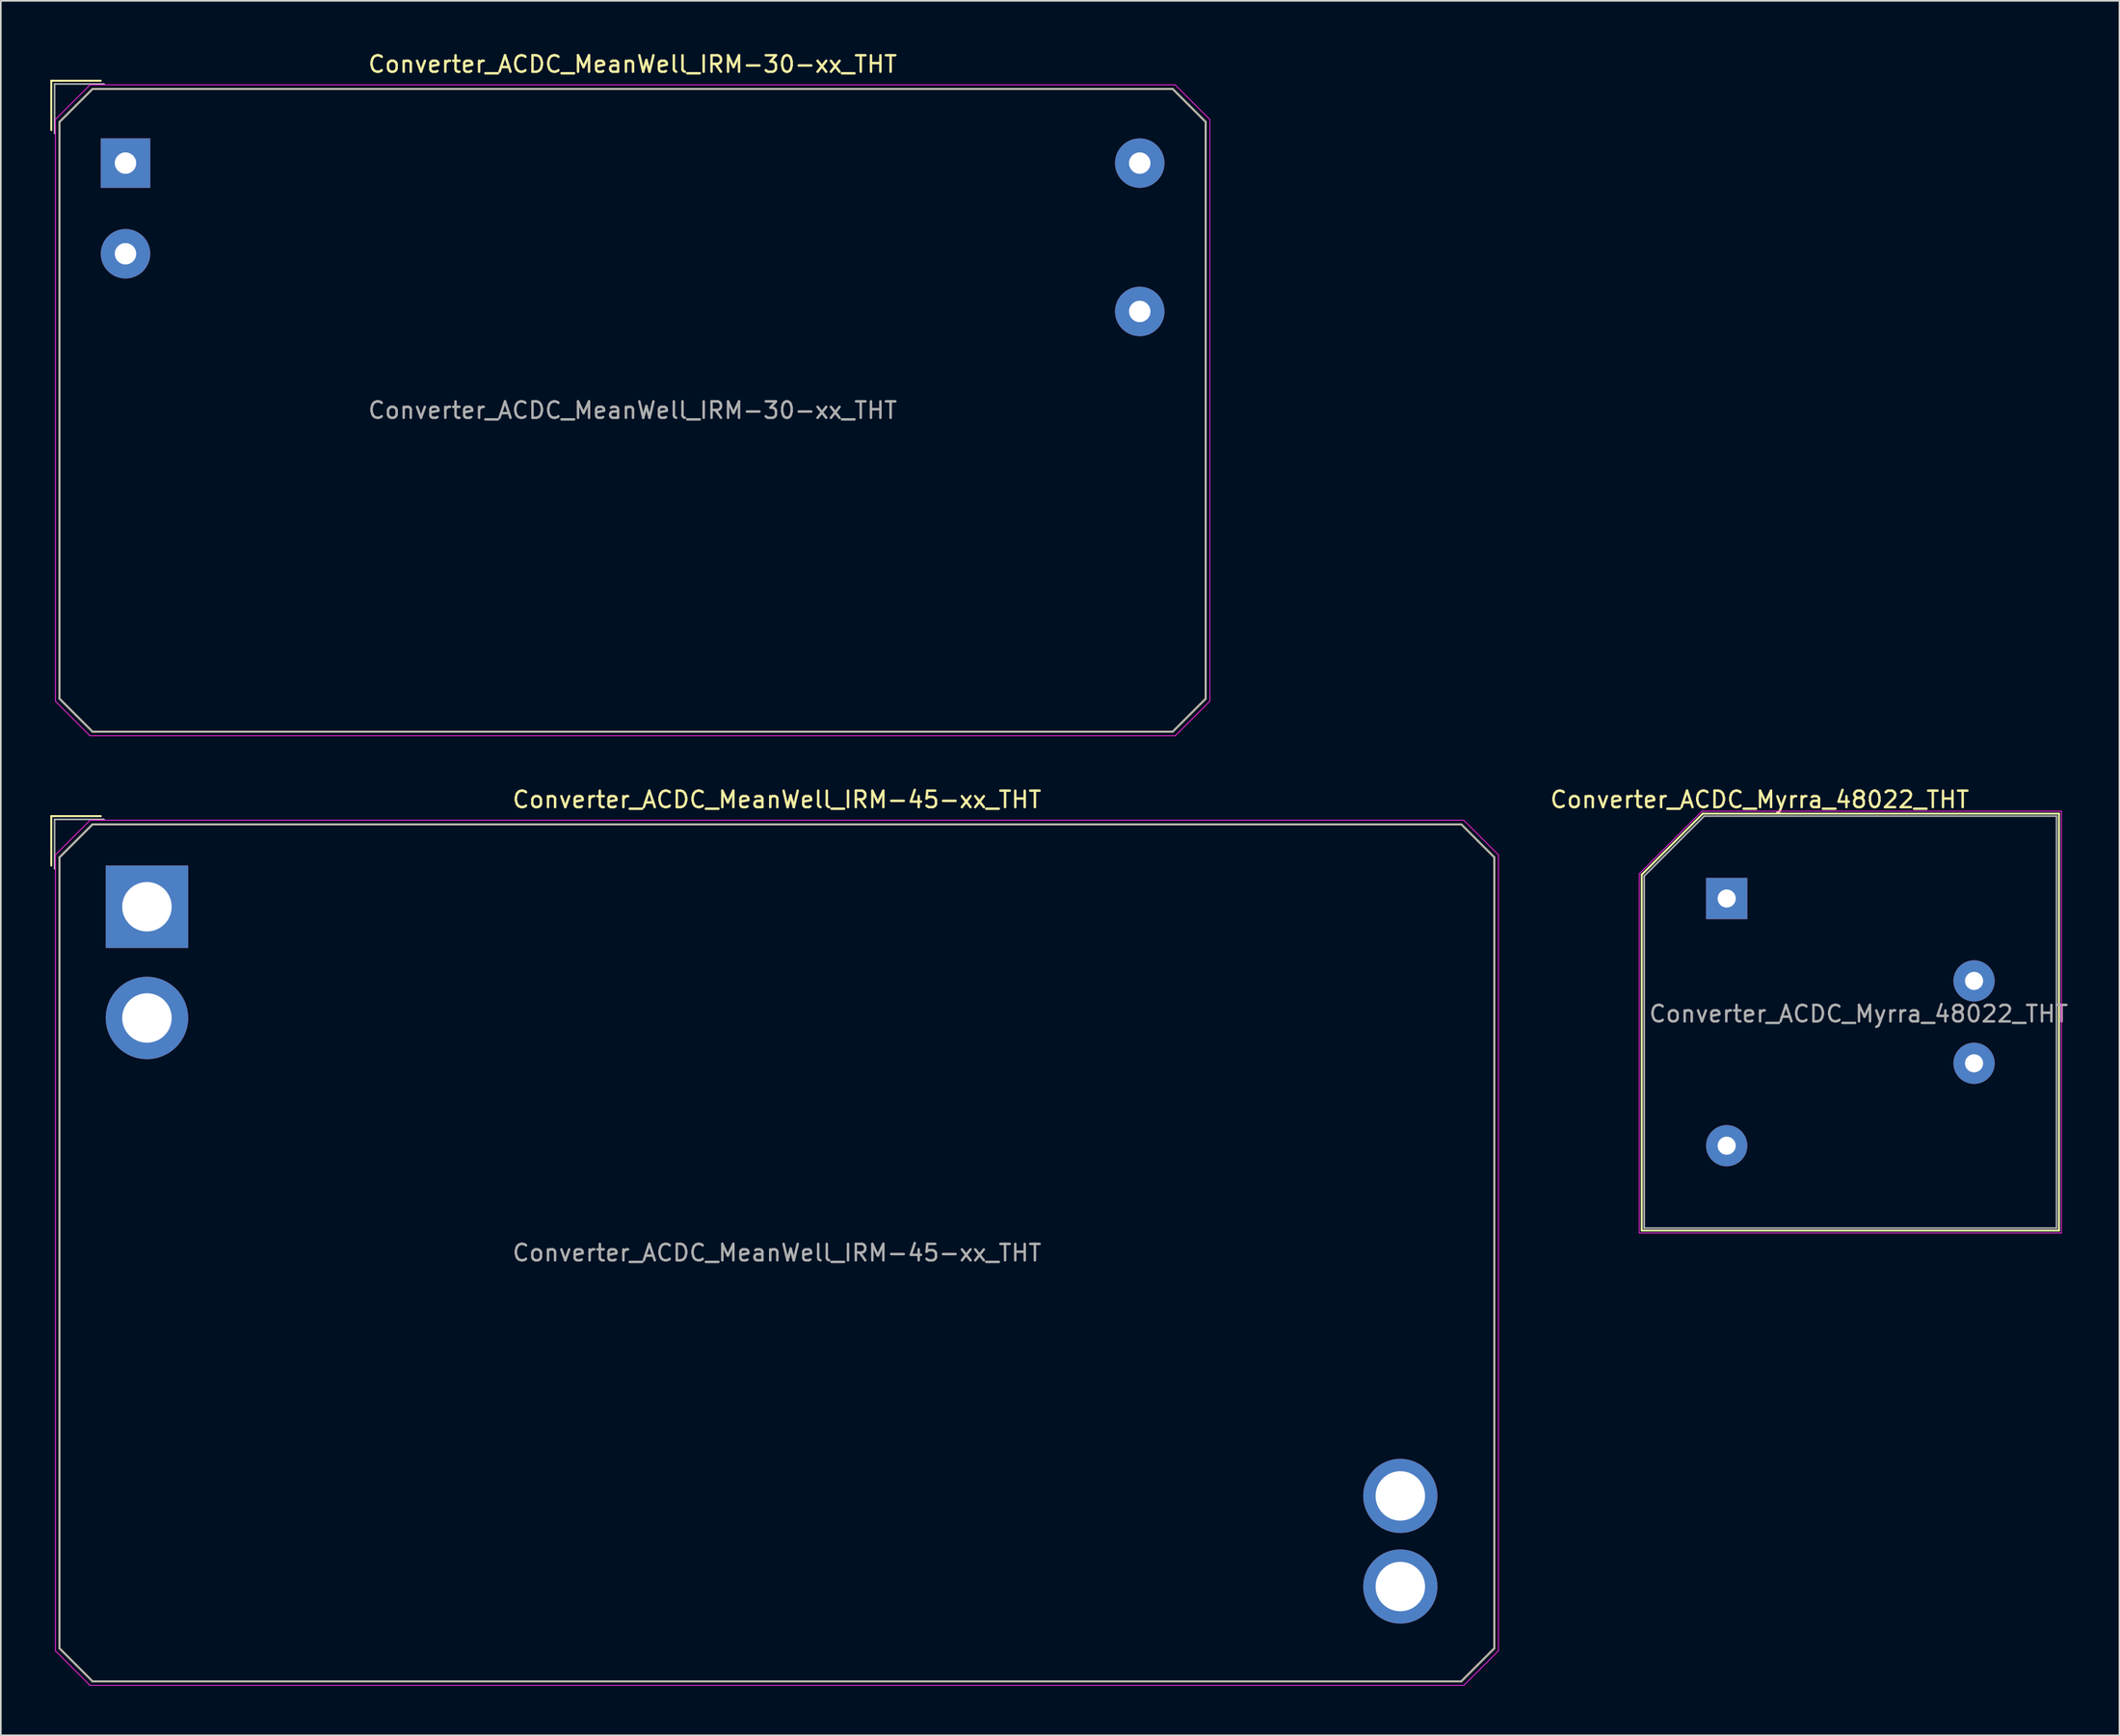
<source format=kicad_pcb>
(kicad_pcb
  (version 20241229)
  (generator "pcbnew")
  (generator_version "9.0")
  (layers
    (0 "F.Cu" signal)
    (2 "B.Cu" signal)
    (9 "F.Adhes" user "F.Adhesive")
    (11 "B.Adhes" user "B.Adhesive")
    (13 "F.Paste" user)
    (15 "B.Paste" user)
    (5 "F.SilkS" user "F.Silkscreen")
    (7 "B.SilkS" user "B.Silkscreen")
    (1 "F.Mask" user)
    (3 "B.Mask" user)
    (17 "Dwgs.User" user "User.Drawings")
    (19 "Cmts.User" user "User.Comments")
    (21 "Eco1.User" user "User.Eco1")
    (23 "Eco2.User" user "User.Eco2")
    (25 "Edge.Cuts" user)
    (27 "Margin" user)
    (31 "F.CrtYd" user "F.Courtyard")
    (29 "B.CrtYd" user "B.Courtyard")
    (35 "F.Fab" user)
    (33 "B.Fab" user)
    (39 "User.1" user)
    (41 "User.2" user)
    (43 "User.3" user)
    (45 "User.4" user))
  (footprint "Converter_ACDC_MeanWell_IRM-45-xx_THT"
    (layer "F.Cu")
    (at 5.86 51.971)
    (property "Reference" "Converter_ACDC_MeanWell_IRM-45-xx_THT" (at 38.2 -6.5 0) (layer "F.SilkS") (effects (font (size 1 1) (thickness 0.15))))
    (attr through_hole)
    (fp_line (start -5.8 -5.5) (end -5.8 -2.5) (stroke (width 0.12) (type solid)) (layer "F.SilkS"))
    (fp_line (start -5.8 -5.5) (end -2.8 -5.5) (stroke (width 0.12) (type solid)) (layer "F.SilkS"))
    (fp_line (start -5.3 -3) (end -4.3 -4) (stroke (width 0.12) (type solid)) (layer "F.SilkS"))
    (fp_line (start -5.3 45) (end -5.3 -3) (stroke (width 0.12) (type solid)) (layer "F.SilkS"))
    (fp_line (start -4.3 -4) (end -3.3 -5) (stroke (width 0.12) (type solid)) (layer "F.SilkS"))
    (fp_line (start -4.3 46) (end -5.3 45) (stroke (width 0.12) (type solid)) (layer "F.SilkS"))
    (fp_line (start -3.3 -5) (end 79.7 -5) (stroke (width 0.12) (type solid)) (layer "F.SilkS"))
    (fp_line (start -3.3 47) (end -4.3 46) (stroke (width 0.12) (type solid)) (layer "F.SilkS"))
    (fp_line (start 79.7 -5) (end 80.7 -4) (stroke (width 0.12) (type solid)) (layer "F.SilkS"))
    (fp_line (start 79.7 47) (end -3.3 47) (stroke (width 0.12) (type solid)) (layer "F.SilkS"))
    (fp_line (start 80.7 -4) (end 81.7 -3) (stroke (width 0.12) (type solid)) (layer "F.SilkS"))
    (fp_line (start 80.7 46) (end 79.7 47) (stroke (width 0.12) (type solid)) (layer "F.SilkS"))
    (fp_line (start 81.7 -3) (end 81.7 45) (stroke (width 0.12) (type solid)) (layer "F.SilkS"))
    (fp_line (start 81.7 45) (end 80.7 46) (stroke (width 0.12) (type solid)) (layer "F.SilkS"))
    (fp_line (start -5.55 -3.15) (end -4.5 -4.2) (stroke (width 0.05) (type solid)) (layer "F.CrtYd"))
    (fp_line (start -5.55 45.15) (end -5.55 -3.15) (stroke (width 0.05) (type solid)) (layer "F.CrtYd"))
    (fp_line (start -4.5 -4.2) (end -3.45 -5.25) (stroke (width 0.05) (type solid)) (layer "F.CrtYd"))
    (fp_line (start -4.5 46.2) (end -5.55 45.15) (stroke (width 0.05) (type solid)) (layer "F.CrtYd"))
    (fp_line (start -3.45 -5.25) (end 79.85 -5.25) (stroke (width 0.05) (type solid)) (layer "F.CrtYd"))
    (fp_line (start -3.45 47.25) (end -4.5 46.2) (stroke (width 0.05) (type solid)) (layer "F.CrtYd"))
    (fp_line (start 79.85 -5.25) (end 80.9 -4.2) (stroke (width 0.05) (type solid)) (layer "F.CrtYd"))
    (fp_line (start 79.85 47.25) (end -3.45 47.25) (stroke (width 0.05) (type solid)) (layer "F.CrtYd"))
    (fp_line (start 80.9 -4.2) (end 81.95 -3.15) (stroke (width 0.05) (type solid)) (layer "F.CrtYd"))
    (fp_line (start 80.9 46.2) (end 79.85 47.25) (stroke (width 0.05) (type solid)) (layer "F.CrtYd"))
    (fp_line (start 81.95 -3.15) (end 81.95 45.15) (stroke (width 0.05) (type solid)) (layer "F.CrtYd"))
    (fp_line (start 81.95 45.15) (end 80.9 46.2) (stroke (width 0.05) (type solid)) (layer "F.CrtYd"))
    (fp_line (start -5.6 -5.3) (end -5.6 -2.3) (stroke (width 0.1) (type solid)) (layer "F.Fab"))
    (fp_line (start -5.6 -5.3) (end -2.6 -5.3) (stroke (width 0.1) (type solid)) (layer "F.Fab"))
    (fp_line (start -5.3 -3) (end -4.3 -4) (stroke (width 0.1) (type solid)) (layer "F.Fab"))
    (fp_line (start -5.3 45) (end -5.3 -3) (stroke (width 0.1) (type solid)) (layer "F.Fab"))
    (fp_line (start -4.3 -4) (end -3.3 -5) (stroke (width 0.1) (type solid)) (layer "F.Fab"))
    (fp_line (start -4.3 46) (end -5.3 45) (stroke (width 0.1) (type solid)) (layer "F.Fab"))
    (fp_line (start -3.3 -5) (end 79.7 -5) (stroke (width 0.1) (type solid)) (layer "F.Fab"))
    (fp_line (start -3.3 47) (end -4.3 46) (stroke (width 0.1) (type solid)) (layer "F.Fab"))
    (fp_line (start 79.7 -5) (end 80.7 -4) (stroke (width 0.1) (type solid)) (layer "F.Fab"))
    (fp_line (start 79.7 47) (end -3.3 47) (stroke (width 0.1) (type solid)) (layer "F.Fab"))
    (fp_line (start 80.7 -4) (end 81.7 -3) (stroke (width 0.1) (type solid)) (layer "F.Fab"))
    (fp_line (start 80.7 46) (end 79.7 47) (stroke (width 0.1) (type solid)) (layer "F.Fab"))
    (fp_line (start 81.7 -3) (end 81.7 45) (stroke (width 0.1) (type solid)) (layer "F.Fab"))
    (fp_line (start 81.7 45) (end 80.7 46) (stroke (width 0.1) (type solid)) (layer "F.Fab"))
    (fp_text user "${REFERENCE}" (at 38.2 21 0) (layer "F.Fab") (effects (font (size 1 1) (thickness 0.15))))
    (pad "1" thru_hole rect (at 0 0) (size 5 5) (drill 3) (layers "*.Cu" "*.Mask"))
    (pad "2" thru_hole circle (at 0 6.75) (size 5 5) (drill 3) (layers "*.Cu" "*.Mask"))
    (pad "3" thru_hole circle (at 76 41.25) (size 4.5 4.5) (drill 3) (layers "*.Cu" "*.Mask"))
    (pad "4" thru_hole circle (at 76 35.75) (size 4.5 4.5) (drill 3) (layers "*.Cu" "*.Mask")))
  (footprint "Converter_ACDC_MeanWell_IRM-30-xx_THT"
    (layer "F.Cu")
    (at 4.56 6.848)
    (property "Reference" "Converter_ACDC_MeanWell_IRM-30-xx_THT" (at 30.75 -6 0) (layer "F.SilkS") (effects (font (size 1 1) (thickness 0.15))))
    (attr through_hole)
    (fp_line (start -4.5 -5) (end -4.5 -2) (stroke (width 0.12) (type solid)) (layer "F.SilkS"))
    (fp_line (start -4.5 -5) (end -1.5 -5) (stroke (width 0.12) (type solid)) (layer "F.SilkS"))
    (fp_line (start -4 -2.5) (end -3 -3.5) (stroke (width 0.12) (type solid)) (layer "F.SilkS"))
    (fp_line (start -4 32.5) (end -4 -2.5) (stroke (width 0.12) (type solid)) (layer "F.SilkS"))
    (fp_line (start -3 -3.5) (end -2 -4.5) (stroke (width 0.12) (type solid)) (layer "F.SilkS"))
    (fp_line (start -3 33.5) (end -4 32.5) (stroke (width 0.12) (type solid)) (layer "F.SilkS"))
    (fp_line (start -2 -4.5) (end 63.5 -4.5) (stroke (width 0.12) (type solid)) (layer "F.SilkS"))
    (fp_line (start -2 34.5) (end -3 33.5) (stroke (width 0.12) (type solid)) (layer "F.SilkS"))
    (fp_line (start 63.5 -4.5) (end 64.5 -3.5) (stroke (width 0.12) (type solid)) (layer "F.SilkS"))
    (fp_line (start 63.5 34.5) (end -2 34.5) (stroke (width 0.12) (type solid)) (layer "F.SilkS"))
    (fp_line (start 64.5 -3.5) (end 65.5 -2.5) (stroke (width 0.12) (type solid)) (layer "F.SilkS"))
    (fp_line (start 64.5 33.5) (end 63.5 34.5) (stroke (width 0.12) (type solid)) (layer "F.SilkS"))
    (fp_line (start 65.5 -2.5) (end 65.5 32.5) (stroke (width 0.12) (type solid)) (layer "F.SilkS"))
    (fp_line (start 65.5 32.5) (end 64.5 33.5) (stroke (width 0.12) (type solid)) (layer "F.SilkS"))
    (fp_line (start -4.25 -2.65) (end -3.2 -3.7) (stroke (width 0.05) (type solid)) (layer "F.CrtYd"))
    (fp_line (start -4.25 32.65) (end -4.25 -2.65) (stroke (width 0.05) (type solid)) (layer "F.CrtYd"))
    (fp_line (start -3.2 -3.7) (end -2.15 -4.75) (stroke (width 0.05) (type solid)) (layer "F.CrtYd"))
    (fp_line (start -3.2 33.7) (end -4.25 32.65) (stroke (width 0.05) (type solid)) (layer "F.CrtYd"))
    (fp_line (start -2.15 -4.75) (end 63.65 -4.75) (stroke (width 0.05) (type solid)) (layer "F.CrtYd"))
    (fp_line (start -2.15 34.75) (end -3.2 33.7) (stroke (width 0.05) (type solid)) (layer "F.CrtYd"))
    (fp_line (start 63.65 -4.75) (end 64.7 -3.7) (stroke (width 0.05) (type solid)) (layer "F.CrtYd"))
    (fp_line (start 63.65 34.75) (end -2.15 34.75) (stroke (width 0.05) (type solid)) (layer "F.CrtYd"))
    (fp_line (start 64.7 -3.7) (end 65.75 -2.65) (stroke (width 0.05) (type solid)) (layer "F.CrtYd"))
    (fp_line (start 64.7 33.7) (end 63.65 34.75) (stroke (width 0.05) (type solid)) (layer "F.CrtYd"))
    (fp_line (start 65.75 -2.65) (end 65.75 32.65) (stroke (width 0.05) (type solid)) (layer "F.CrtYd"))
    (fp_line (start 65.75 32.65) (end 64.7 33.7) (stroke (width 0.05) (type solid)) (layer "F.CrtYd"))
    (fp_line (start -4.3 -4.8) (end -4.3 -1.8) (stroke (width 0.1) (type solid)) (layer "F.Fab"))
    (fp_line (start -4.3 -4.8) (end -1.3 -4.8) (stroke (width 0.1) (type solid)) (layer "F.Fab"))
    (fp_line (start -4 -2.5) (end -3 -3.5) (stroke (width 0.1) (type solid)) (layer "F.Fab"))
    (fp_line (start -4 32.5) (end -4 -2.5) (stroke (width 0.1) (type solid)) (layer "F.Fab"))
    (fp_line (start -3 -3.5) (end -2 -4.5) (stroke (width 0.1) (type solid)) (layer "F.Fab"))
    (fp_line (start -3 33.5) (end -4 32.5) (stroke (width 0.1) (type solid)) (layer "F.Fab"))
    (fp_line (start -2 -4.5) (end 63.5 -4.5) (stroke (width 0.1) (type solid)) (layer "F.Fab"))
    (fp_line (start -2 34.5) (end -3 33.5) (stroke (width 0.1) (type solid)) (layer "F.Fab"))
    (fp_line (start 63.5 -4.5) (end 64.5 -3.5) (stroke (width 0.1) (type solid)) (layer "F.Fab"))
    (fp_line (start 63.5 34.5) (end -2 34.5) (stroke (width 0.1) (type solid)) (layer "F.Fab"))
    (fp_line (start 64.5 -3.5) (end 65.5 -2.5) (stroke (width 0.1) (type solid)) (layer "F.Fab"))
    (fp_line (start 64.5 33.5) (end 63.5 34.5) (stroke (width 0.1) (type solid)) (layer "F.Fab"))
    (fp_line (start 65.5 -2.5) (end 65.5 32.5) (stroke (width 0.1) (type solid)) (layer "F.Fab"))
    (fp_line (start 65.5 32.5) (end 64.5 33.5) (stroke (width 0.1) (type solid)) (layer "F.Fab"))
    (fp_text user "${REFERENCE}" (at 30.75 15 0) (layer "F.Fab") (effects (font (size 1 1) (thickness 0.15))))
    (pad "1" thru_hole rect (at 0 0) (size 3 3) (drill 1.3) (layers "*.Cu" "*.Mask"))
    (pad "2" thru_hole circle (at 0 5.5) (size 3 3) (drill 1.3) (layers "*.Cu" "*.Mask"))
    (pad "3" thru_hole circle (at 61.5 9) (size 3 3) (drill 1.3) (layers "*.Cu" "*.Mask"))
    (pad "4" thru_hole circle (at 61.5 0) (size 3 3) (drill 1.3) (layers "*.Cu" "*.Mask")))
  (footprint "Converter_ACDC_Myrra_48022_THT"
    (layer "F.Cu")
    (at 101.65 51.471)
    (property "Reference" "Converter_ACDC_Myrra_48022_THT" (at 2 -6 180) (layer "F.SilkS") (effects (font (size 1 1) (thickness 0.15))))
    (attr through_hole)
    (fp_line (start -5.15 -1.45) (end -1.45 -5.15) (stroke (width 0.12) (type solid)) (layer "F.SilkS"))
    (fp_line (start -5.15 20.15) (end -5.15 -1.45) (stroke (width 0.12) (type solid)) (layer "F.SilkS"))
    (fp_line (start -1.45 -5.15) (end 20.15 -5.15) (stroke (width 0.12) (type solid)) (layer "F.SilkS"))
    (fp_line (start 20.15 -5.15) (end 20.15 20.15) (stroke (width 0.12) (type solid)) (layer "F.SilkS"))
    (fp_line (start 20.15 20.15) (end -5.15 20.15) (stroke (width 0.12) (type solid)) (layer "F.SilkS"))
    (fp_line (start -5.3 20.3) (end -5.3 -1.5) (stroke (width 0.05) (type solid)) (layer "F.CrtYd"))
    (fp_line (start -1.5 -5.3) (end -5.3 -1.5) (stroke (width 0.05) (type solid)) (layer "F.CrtYd"))
    (fp_line (start -1.5 -5.3) (end 20.3 -5.3) (stroke (width 0.05) (type solid)) (layer "F.CrtYd"))
    (fp_line (start 20.3 -5.3) (end 20.3 20.3) (stroke (width 0.05) (type solid)) (layer "F.CrtYd"))
    (fp_line (start 20.3 20.3) (end -5.3 20.3) (stroke (width 0.05) (type solid)) (layer "F.CrtYd"))
    (fp_line (start -5 -1.365) (end -5 20) (stroke (width 0.1) (type solid)) (layer "F.Fab"))
    (fp_line (start -5 -1.365) (end -1.365 -5) (stroke (width 0.1) (type solid)) (layer "F.Fab"))
    (fp_line (start -5 20) (end 20 20) (stroke (width 0.1) (type solid)) (layer "F.Fab"))
    (fp_line (start -1.365 -5) (end 20 -5) (stroke (width 0.1) (type solid)) (layer "F.Fab"))
    (fp_line (start 20 -5) (end 20 20) (stroke (width 0.1) (type solid)) (layer "F.Fab"))
    (fp_text user "${REFERENCE}" (at 8 7 0) (layer "F.Fab") (effects (font (size 1 1) (thickness 0.15))))
    (pad "1" thru_hole rect (at 0 0 270) (size 2.5 2.5) (drill 1.1) (layers "*.Cu" "*.Mask"))
    (pad "5" thru_hole circle (at 0 15 270) (size 2.5 2.5) (drill 1.1) (layers "*.Cu" "*.Mask"))
    (pad "7" thru_hole circle (at 15 10 270) (size 2.5 2.5) (drill 1.1) (layers "*.Cu" "*.Mask"))
    (pad "9" thru_hole circle (at 15 5 270) (size 2.5 2.5) (drill 1.1) (layers "*.Cu" "*.Mask")))
  (gr_rect
    (start -3 -3)
    (end 125.466 102.246)
    (stroke (width 0.1) (type default))
    (fill no)
    (layer "Edge.Cuts")))
</source>
